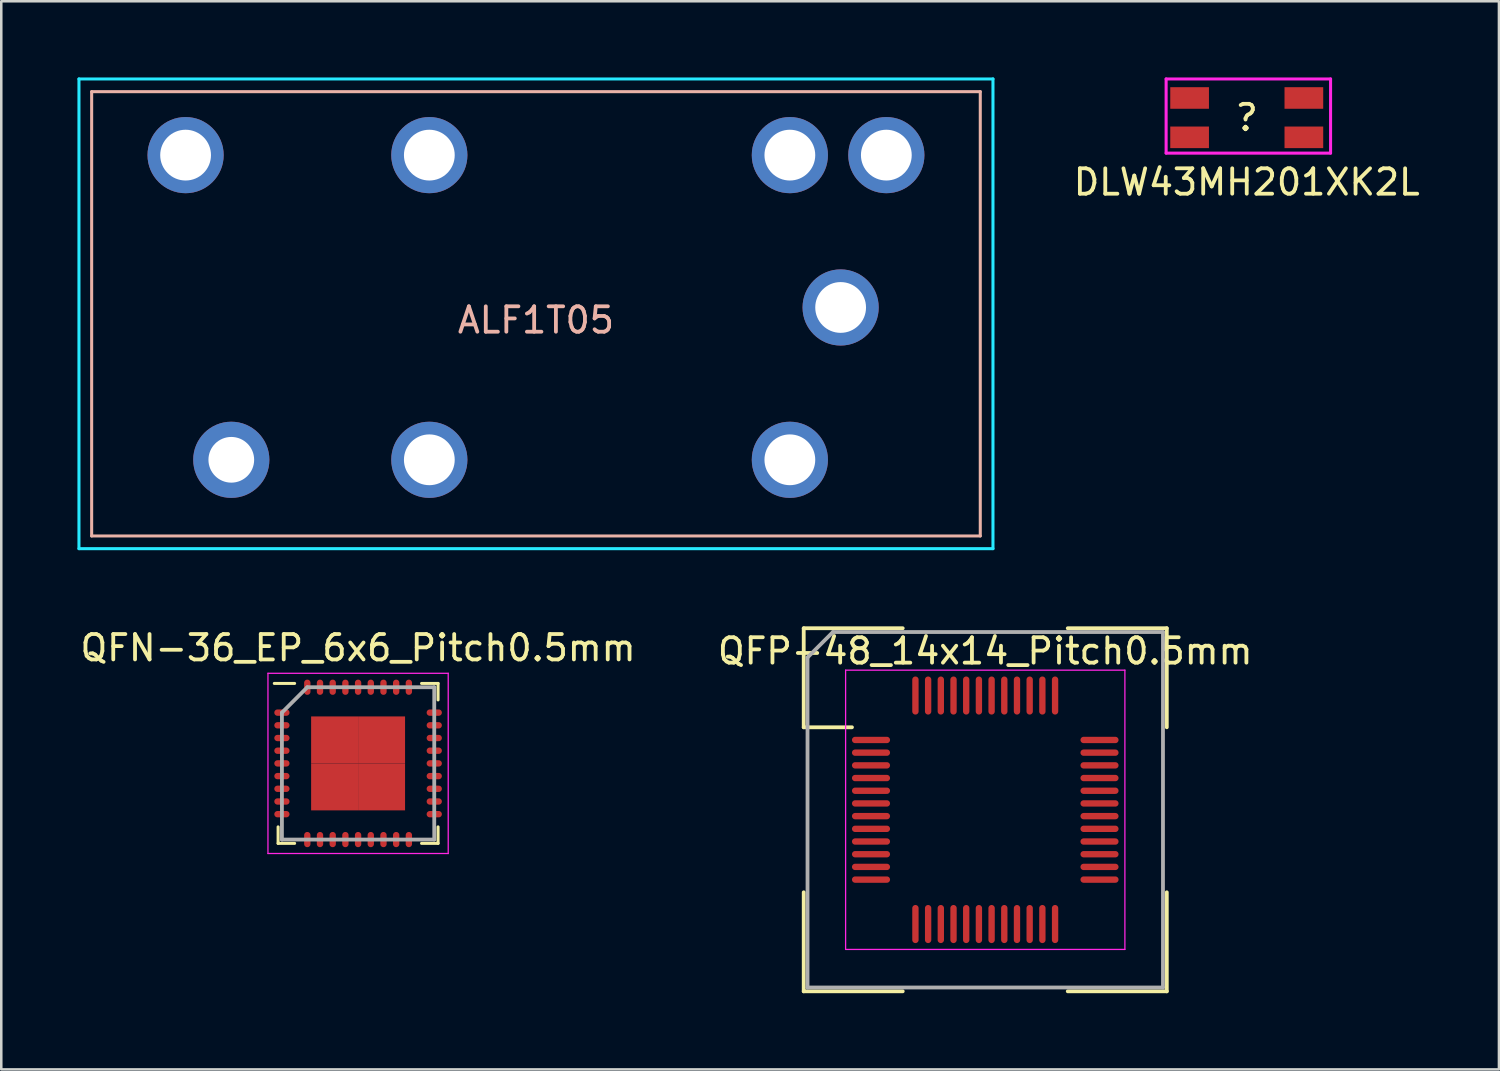
<source format=kicad_pcb>
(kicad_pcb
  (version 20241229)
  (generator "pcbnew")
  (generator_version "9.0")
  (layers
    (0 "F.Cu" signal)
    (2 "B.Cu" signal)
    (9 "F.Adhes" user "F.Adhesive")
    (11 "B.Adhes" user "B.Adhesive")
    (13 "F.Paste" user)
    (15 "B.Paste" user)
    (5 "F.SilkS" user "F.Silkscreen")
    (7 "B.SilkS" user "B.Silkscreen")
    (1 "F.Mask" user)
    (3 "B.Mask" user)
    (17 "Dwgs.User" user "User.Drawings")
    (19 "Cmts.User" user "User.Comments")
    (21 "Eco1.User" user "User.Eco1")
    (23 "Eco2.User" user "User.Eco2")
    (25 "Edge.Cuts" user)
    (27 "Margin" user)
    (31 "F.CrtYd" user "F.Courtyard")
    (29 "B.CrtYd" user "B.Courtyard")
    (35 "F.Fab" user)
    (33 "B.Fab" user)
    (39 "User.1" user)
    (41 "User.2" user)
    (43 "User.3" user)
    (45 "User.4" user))
  (footprint "DLW43MH201XK2L"
    (layer "F.Cu")
    (at 46.055 1.584)
    (property "Reference" "DLW43MH201XK2L" (at 0 2.54 0) (layer "F.SilkS") (effects (font (size 1 1) (thickness 0.15))))
    (attr through_hole)
    (fp_line (start -3.175 -1.524) (end -3.175 1.397) (stroke (width 0.12) (type solid)) (layer "F.CrtYd"))
    (fp_line (start -3.175 1.397) (end 3.302 1.397) (stroke (width 0.12) (type solid)) (layer "F.CrtYd"))
    (fp_line (start 3.302 -1.524) (end -3.175 -1.524) (stroke (width 0.12) (type solid)) (layer "F.CrtYd"))
    (fp_line (start 3.302 1.397) (end 3.302 -1.524) (stroke (width 0.12) (type solid)) (layer "F.CrtYd"))
    (fp_text user "?" (at 0 0 0) (layer "F.SilkS") (effects (font (size 1 1) (thickness 0.15))))
    (pad "1" smd rect (at -2.25 -0.775) (size 1.524 0.85) (layers "F.Cu" "F.Mask" "F.Paste"))
    (pad "2" smd rect (at 2.25 -0.775) (size 1.524 0.85) (layers "F.Cu" "F.Mask" "F.Paste"))
    (pad "3" smd rect (at 2.25 0.775) (size 1.524 0.85) (layers "F.Cu" "F.Mask" "F.Paste"))
    (pad "4" smd rect (at -2.25 0.775) (size 1.524 0.85) (layers "F.Cu" "F.Mask" "F.Paste")))
  (footprint "QFN-36_EP_6x6_Pitch0.5mm"
    (layer "F.Cu")
    (at 11.054 27.018)
    (property "Reference" "QFN-36_EP_6x6_Pitch0.5mm" (at 0 -4.55 0) (layer "F.SilkS") (effects (font (size 1 1) (thickness 0.15))))
    (attr smd)
    (fp_line (start -3.15 3.15) (end -3.15 2.5) (stroke (width 0.12) (type solid)) (layer "F.SilkS"))
    (fp_line (start -2.5 -3.15) (end -3.3 -3.15) (stroke (width 0.12) (type solid)) (layer "F.SilkS"))
    (fp_line (start -2.5 3.15) (end -3.15 3.15) (stroke (width 0.12) (type solid)) (layer "F.SilkS"))
    (fp_line (start 2.5 -3.15) (end 3.15 -3.15) (stroke (width 0.12) (type solid)) (layer "F.SilkS"))
    (fp_line (start 2.5 3.15) (end 3.15 3.15) (stroke (width 0.12) (type solid)) (layer "F.SilkS"))
    (fp_line (start 3.15 -3.15) (end 3.15 -2.5) (stroke (width 0.12) (type solid)) (layer "F.SilkS"))
    (fp_line (start 3.15 3.15) (end 3.15 2.5) (stroke (width 0.12) (type solid)) (layer "F.SilkS"))
    (fp_line (start -3.55 -3.55) (end 3.55 -3.55) (stroke (width 0.05) (type solid)) (layer "F.CrtYd"))
    (fp_line (start -3.55 3.55) (end -3.55 -3.55) (stroke (width 0.05) (type solid)) (layer "F.CrtYd"))
    (fp_line (start 3.55 -3.55) (end 3.55 3.55) (stroke (width 0.05) (type solid)) (layer "F.CrtYd"))
    (fp_line (start 3.55 3.55) (end -3.55 3.55) (stroke (width 0.05) (type solid)) (layer "F.CrtYd"))
    (fp_line (start -3 -2) (end -3 3) (stroke (width 0.15) (type solid)) (layer "F.Fab"))
    (fp_line (start -3 3) (end 3 3) (stroke (width 0.15) (type solid)) (layer "F.Fab"))
    (fp_line (start -2 -3) (end -3 -2) (stroke (width 0.15) (type solid)) (layer "F.Fab"))
    (fp_line (start 3 -3) (end -2 -3) (stroke (width 0.15) (type solid)) (layer "F.Fab"))
    (fp_line (start 3 3) (end 3 -3) (stroke (width 0.15) (type solid)) (layer "F.Fab"))
    (pad "0" smd rect (at -0.925 -0.925) (size 1.85 1.85) (layers "F.Cu" "F.Mask" "F.Paste"))
    (pad "0" smd rect (at -0.925 0.925) (size 1.85 1.85) (layers "F.Cu" "F.Mask" "F.Paste"))
    (pad "0" smd rect (at 0.925 -0.925) (size 1.85 1.85) (layers "F.Cu" "F.Mask" "F.Paste"))
    (pad "0" smd rect (at 0.925 0.925) (size 1.85 1.85) (layers "F.Cu" "F.Mask" "F.Paste"))
    (pad "1" smd oval (at -3 -2 90) (size 0.25 0.6) (layers "F.Cu" "F.Mask" "F.Paste"))
    (pad "2" smd oval (at -3 -1.5 90) (size 0.25 0.6) (layers "F.Cu" "F.Mask" "F.Paste"))
    (pad "3" smd oval (at -3 -1 90) (size 0.25 0.6) (layers "F.Cu" "F.Mask" "F.Paste"))
    (pad "4" smd oval (at -3 -0.5 90) (size 0.25 0.6) (layers "F.Cu" "F.Mask" "F.Paste"))
    (pad "5" smd oval (at -3 0 90) (size 0.25 0.6) (layers "F.Cu" "F.Mask" "F.Paste"))
    (pad "6" smd oval (at -3 0.5 90) (size 0.25 0.6) (layers "F.Cu" "F.Mask" "F.Paste"))
    (pad "7" smd oval (at -3 1 90) (size 0.25 0.6) (layers "F.Cu" "F.Mask" "F.Paste"))
    (pad "8" smd oval (at -3 1.5 90) (size 0.25 0.6) (layers "F.Cu" "F.Mask" "F.Paste"))
    (pad "9" smd oval (at -3 2 90) (size 0.25 0.6) (layers "F.Cu" "F.Mask" "F.Paste"))
    (pad "10" smd oval (at -2 3) (size 0.25 0.6) (layers "F.Cu" "F.Mask" "F.Paste"))
    (pad "11" smd oval (at -1.5 3) (size 0.25 0.6) (layers "F.Cu" "F.Mask" "F.Paste"))
    (pad "12" smd oval (at -1 3) (size 0.25 0.6) (layers "F.Cu" "F.Mask" "F.Paste"))
    (pad "13" smd oval (at -0.5 3) (size 0.25 0.6) (layers "F.Cu" "F.Mask" "F.Paste"))
    (pad "14" smd oval (at 0 3) (size 0.25 0.6) (layers "F.Cu" "F.Mask" "F.Paste"))
    (pad "15" smd oval (at 0.5 3) (size 0.25 0.6) (layers "F.Cu" "F.Mask" "F.Paste"))
    (pad "16" smd oval (at 1 3) (size 0.25 0.6) (layers "F.Cu" "F.Mask" "F.Paste"))
    (pad "17" smd oval (at 1.5 3) (size 0.25 0.6) (layers "F.Cu" "F.Mask" "F.Paste"))
    (pad "18" smd oval (at 2 3) (size 0.25 0.6) (layers "F.Cu" "F.Mask" "F.Paste"))
    (pad "19" smd oval (at 3 2 90) (size 0.25 0.6) (layers "F.Cu" "F.Mask" "F.Paste"))
    (pad "20" smd oval (at 3 1.5 90) (size 0.25 0.6) (layers "F.Cu" "F.Mask" "F.Paste"))
    (pad "21" smd oval (at 3 1 90) (size 0.25 0.6) (layers "F.Cu" "F.Mask" "F.Paste"))
    (pad "22" smd oval (at 3 0.5 90) (size 0.25 0.6) (layers "F.Cu" "F.Mask" "F.Paste"))
    (pad "23" smd oval (at 3 0 90) (size 0.25 0.6) (layers "F.Cu" "F.Mask" "F.Paste"))
    (pad "24" smd oval (at 3 -0.5 90) (size 0.25 0.6) (layers "F.Cu" "F.Mask" "F.Paste"))
    (pad "25" smd oval (at 3 -1 90) (size 0.25 0.6) (layers "F.Cu" "F.Mask" "F.Paste"))
    (pad "26" smd oval (at 3 -1.5 90) (size 0.25 0.6) (layers "F.Cu" "F.Mask" "F.Paste"))
    (pad "27" smd oval (at 3 -2 90) (size 0.25 0.6) (layers "F.Cu" "F.Mask" "F.Paste"))
    (pad "28" smd oval (at 2 -3) (size 0.25 0.6) (layers "F.Cu" "F.Mask" "F.Paste"))
    (pad "29" smd oval (at 1.5 -3) (size 0.25 0.6) (layers "F.Cu" "F.Mask" "F.Paste"))
    (pad "30" smd oval (at 1 -3) (size 0.25 0.6) (layers "F.Cu" "F.Mask" "F.Paste"))
    (pad "31" smd oval (at 0.5 -3) (size 0.25 0.6) (layers "F.Cu" "F.Mask" "F.Paste"))
    (pad "32" smd oval (at 0 -3) (size 0.25 0.6) (layers "F.Cu" "F.Mask" "F.Paste"))
    (pad "33" smd oval (at -0.5 -3) (size 0.25 0.6) (layers "F.Cu" "F.Mask" "F.Paste"))
    (pad "34" smd oval (at -1 -3) (size 0.25 0.6) (layers "F.Cu" "F.Mask" "F.Paste"))
    (pad "35" smd oval (at -1.5 -3) (size 0.25 0.6) (layers "F.Cu" "F.Mask" "F.Paste"))
    (pad "36" smd oval (at -2 -3) (size 0.25 0.6) (layers "F.Cu" "F.Mask" "F.Paste")))
  (footprint "ALF1T05"
    (layer "F.Cu")
    (at 18.06 9.06)
    (property "Reference" "ALF1T05" (at 0 0.5 0) (layer "B.SilkS") (effects (font (size 1 1) (thickness 0.15))))
    (attr through_hole)
    (fp_line (start -17.5 -8.5) (end -17.5 9) (stroke (width 0.12) (type solid)) (layer "B.SilkS"))
    (fp_line (start -17.5 9) (end 17.5 9) (stroke (width 0.12) (type solid)) (layer "B.SilkS"))
    (fp_line (start 17.5 -8.5) (end -17.5 -8.5) (stroke (width 0.12) (type solid)) (layer "B.SilkS"))
    (fp_line (start 17.5 9) (end 17.5 -8.5) (stroke (width 0.12) (type solid)) (layer "B.SilkS"))
    (fp_line (start -18 -9) (end 18 -9) (stroke (width 0.12) (type solid)) (layer "B.CrtYd"))
    (fp_line (start -18 9.5) (end -18 -9) (stroke (width 0.12) (type solid)) (layer "B.CrtYd"))
    (fp_line (start 18 -9) (end 18 9.5) (stroke (width 0.12) (type solid)) (layer "B.CrtYd"))
    (fp_line (start 18 9.5) (end -18 9.5) (stroke (width 0.12) (type solid)) (layer "B.CrtYd"))
    (pad "1" thru_hole circle (at -12 6) (size 3 3) (drill 1.8) (layers "*.Cu" "*.Mask"))
    (pad "1" thru_hole circle (at 10 -6) (size 3 3) (drill 2) (layers "*.Cu" "*.Mask"))
    (pad "2" thru_hole circle (at 10 6) (size 3 3) (drill 2) (layers "*.Cu" "*.Mask"))
    (pad "3" thru_hole circle (at 12 0) (size 3 3) (drill 2) (layers "*.Cu" "*.Mask"))
    (pad "3" thru_hole circle (at 13.8 -6) (size 3 3) (drill 2) (layers "*.Cu" "*.Mask"))
    (pad "4" thru_hole circle (at -13.8 -6) (size 3 3) (drill 2) (layers "*.Cu" "*.Mask"))
    (pad "4" thru_hole circle (at -4.2 6) (size 3 3) (drill 2) (layers "*.Cu" "*.Mask"))
    (pad "5" thru_hole circle (at -4.2 -6) (size 3 3) (drill 2) (layers "*.Cu" "*.Mask")))
  (footprint "QFP-48_14x14_Pitch0.5mm"
    (layer "F.Cu")
    (at 35.756 28.845)
    (property "Reference" "QFP-48_14x14_Pitch0.5mm" (at 0 -6.25 0) (layer "F.SilkS") (effects (font (size 1 1) (thickness 0.15))))
    (attr smd)
    (fp_line (start -7.15 -7.15) (end -7.15 -3.25) (stroke (width 0.15) (type solid)) (layer "F.SilkS"))
    (fp_line (start -7.15 -3.25) (end -5.25 -3.25) (stroke (width 0.15) (type solid)) (layer "F.SilkS"))
    (fp_line (start -7.15 7.15) (end -7.15 3.25) (stroke (width 0.15) (type solid)) (layer "F.SilkS"))
    (fp_line (start -3.25 -7.15) (end -7.15 -7.15) (stroke (width 0.15) (type solid)) (layer "F.SilkS"))
    (fp_line (start -3.25 7.15) (end -7.15 7.15) (stroke (width 0.15) (type solid)) (layer "F.SilkS"))
    (fp_line (start 3.25 -7.15) (end 7.15 -7.15) (stroke (width 0.15) (type solid)) (layer "F.SilkS"))
    (fp_line (start 3.25 7.15) (end 7.15 7.15) (stroke (width 0.15) (type solid)) (layer "F.SilkS"))
    (fp_line (start 7.15 -7.15) (end 7.15 -3.25) (stroke (width 0.15) (type solid)) (layer "F.SilkS"))
    (fp_line (start 7.15 7.15) (end 7.15 3.25) (stroke (width 0.15) (type solid)) (layer "F.SilkS"))
    (fp_line (start -5.5 -5.5) (end 5.5 -5.5) (stroke (width 0.05) (type solid)) (layer "F.CrtYd"))
    (fp_line (start -5.5 5.5) (end -5.5 -5.5) (stroke (width 0.05) (type solid)) (layer "F.CrtYd"))
    (fp_line (start 5.5 -5.5) (end 5.5 5.5) (stroke (width 0.05) (type solid)) (layer "F.CrtYd"))
    (fp_line (start 5.5 5.5) (end -5.5 5.5) (stroke (width 0.05) (type solid)) (layer "F.CrtYd"))
    (fp_line (start -7 -6) (end -7 7) (stroke (width 0.15) (type solid)) (layer "F.Fab"))
    (fp_line (start -7 7) (end 7 7) (stroke (width 0.15) (type solid)) (layer "F.Fab"))
    (fp_line (start -6 -7) (end -7 -6) (stroke (width 0.15) (type solid)) (layer "F.Fab"))
    (fp_line (start 7 -7) (end -6 -7) (stroke (width 0.15) (type solid)) (layer "F.Fab"))
    (fp_line (start 7 7) (end 7 -7) (stroke (width 0.15) (type solid)) (layer "F.Fab"))
    (pad "1" smd oval (at -4.5 -2.75 90) (size 0.25 1.5) (layers "F.Cu" "F.Mask" "F.Paste"))
    (pad "2" smd oval (at -4.5 -2.25 90) (size 0.25 1.5) (layers "F.Cu" "F.Mask" "F.Paste"))
    (pad "3" smd oval (at -4.5 -1.75 90) (size 0.25 1.5) (layers "F.Cu" "F.Mask" "F.Paste"))
    (pad "4" smd oval (at -4.5 -1.25 90) (size 0.25 1.5) (layers "F.Cu" "F.Mask" "F.Paste"))
    (pad "5" smd oval (at -4.5 -0.75 90) (size 0.25 1.5) (layers "F.Cu" "F.Mask" "F.Paste"))
    (pad "6" smd oval (at -4.5 -0.25 90) (size 0.25 1.5) (layers "F.Cu" "F.Mask" "F.Paste"))
    (pad "7" smd oval (at -4.5 0.25 90) (size 0.25 1.5) (layers "F.Cu" "F.Mask" "F.Paste"))
    (pad "8" smd oval (at -4.5 0.75 90) (size 0.25 1.5) (layers "F.Cu" "F.Mask" "F.Paste"))
    (pad "9" smd oval (at -4.5 1.25 90) (size 0.25 1.5) (layers "F.Cu" "F.Mask" "F.Paste"))
    (pad "10" smd oval (at -4.5 1.75 90) (size 0.25 1.5) (layers "F.Cu" "F.Mask" "F.Paste"))
    (pad "11" smd oval (at -4.5 2.25 90) (size 0.25 1.5) (layers "F.Cu" "F.Mask" "F.Paste"))
    (pad "12" smd oval (at -4.5 2.75 90) (size 0.25 1.5) (layers "F.Cu" "F.Mask" "F.Paste"))
    (pad "13" smd oval (at -2.75 4.5) (size 0.25 1.5) (layers "F.Cu" "F.Mask" "F.Paste"))
    (pad "14" smd oval (at -2.25 4.5) (size 0.25 1.5) (layers "F.Cu" "F.Mask" "F.Paste"))
    (pad "15" smd oval (at -1.75 4.5) (size 0.25 1.5) (layers "F.Cu" "F.Mask" "F.Paste"))
    (pad "16" smd oval (at -1.25 4.5) (size 0.25 1.5) (layers "F.Cu" "F.Mask" "F.Paste"))
    (pad "17" smd oval (at -0.75 4.5) (size 0.25 1.5) (layers "F.Cu" "F.Mask" "F.Paste"))
    (pad "18" smd oval (at -0.25 4.5) (size 0.25 1.5) (layers "F.Cu" "F.Mask" "F.Paste"))
    (pad "19" smd oval (at 0.25 4.5) (size 0.25 1.5) (layers "F.Cu" "F.Mask" "F.Paste"))
    (pad "20" smd oval (at 0.75 4.5) (size 0.25 1.5) (layers "F.Cu" "F.Mask" "F.Paste"))
    (pad "21" smd oval (at 1.25 4.5) (size 0.25 1.5) (layers "F.Cu" "F.Mask" "F.Paste"))
    (pad "22" smd oval (at 1.75 4.5) (size 0.25 1.5) (layers "F.Cu" "F.Mask" "F.Paste"))
    (pad "23" smd oval (at 2.25 4.5) (size 0.25 1.5) (layers "F.Cu" "F.Mask" "F.Paste"))
    (pad "24" smd oval (at 2.75 4.5) (size 0.25 1.5) (layers "F.Cu" "F.Mask" "F.Paste"))
    (pad "25" smd oval (at 4.5 2.75 90) (size 0.25 1.5) (layers "F.Cu" "F.Mask" "F.Paste"))
    (pad "26" smd oval (at 4.5 2.25 90) (size 0.25 1.5) (layers "F.Cu" "F.Mask" "F.Paste"))
    (pad "27" smd oval (at 4.5 1.75 90) (size 0.25 1.5) (layers "F.Cu" "F.Mask" "F.Paste"))
    (pad "28" smd oval (at 4.5 1.25 90) (size 0.25 1.5) (layers "F.Cu" "F.Mask" "F.Paste"))
    (pad "29" smd oval (at 4.5 0.75 90) (size 0.25 1.5) (layers "F.Cu" "F.Mask" "F.Paste"))
    (pad "30" smd oval (at 4.5 0.25 90) (size 0.25 1.5) (layers "F.Cu" "F.Mask" "F.Paste"))
    (pad "31" smd oval (at 4.5 -0.25 90) (size 0.25 1.5) (layers "F.Cu" "F.Mask" "F.Paste"))
    (pad "32" smd oval (at 4.5 -0.75 90) (size 0.25 1.5) (layers "F.Cu" "F.Mask" "F.Paste"))
    (pad "33" smd oval (at 4.5 -1.25 90) (size 0.25 1.5) (layers "F.Cu" "F.Mask" "F.Paste"))
    (pad "34" smd oval (at 4.5 -1.75 90) (size 0.25 1.5) (layers "F.Cu" "F.Mask" "F.Paste"))
    (pad "35" smd oval (at 4.5 -2.25 90) (size 0.25 1.5) (layers "F.Cu" "F.Mask" "F.Paste"))
    (pad "36" smd oval (at 4.5 -2.75 90) (size 0.25 1.5) (layers "F.Cu" "F.Mask" "F.Paste"))
    (pad "37" smd oval (at 2.75 -4.5) (size 0.25 1.5) (layers "F.Cu" "F.Mask" "F.Paste"))
    (pad "38" smd oval (at 2.25 -4.5) (size 0.25 1.5) (layers "F.Cu" "F.Mask" "F.Paste"))
    (pad "39" smd oval (at 1.75 -4.5) (size 0.25 1.5) (layers "F.Cu" "F.Mask" "F.Paste"))
    (pad "40" smd oval (at 1.25 -4.5) (size 0.25 1.5) (layers "F.Cu" "F.Mask" "F.Paste"))
    (pad "41" smd oval (at 0.75 -4.5) (size 0.25 1.5) (layers "F.Cu" "F.Mask" "F.Paste"))
    (pad "42" smd oval (at 0.25 -4.5) (size 0.25 1.5) (layers "F.Cu" "F.Mask" "F.Paste"))
    (pad "43" smd oval (at -0.25 -4.5) (size 0.25 1.5) (layers "F.Cu" "F.Mask" "F.Paste"))
    (pad "44" smd oval (at -0.75 -4.5) (size 0.25 1.5) (layers "F.Cu" "F.Mask" "F.Paste"))
    (pad "45" smd oval (at -1.25 -4.5) (size 0.25 1.5) (layers "F.Cu" "F.Mask" "F.Paste"))
    (pad "46" smd oval (at -1.75 -4.5) (size 0.25 1.5) (layers "F.Cu" "F.Mask" "F.Paste"))
    (pad "47" smd oval (at -2.25 -4.5) (size 0.25 1.5) (layers "F.Cu" "F.Mask" "F.Paste"))
    (pad "48" smd oval (at -2.75 -4.5) (size 0.25 1.5) (layers "F.Cu" "F.Mask" "F.Paste")))
  (gr_rect
    (start -3 -3)
    (end 55.989 39.07)
    (stroke (width 0.1) (type default))
    (fill no)
    (layer "Edge.Cuts")))
</source>
